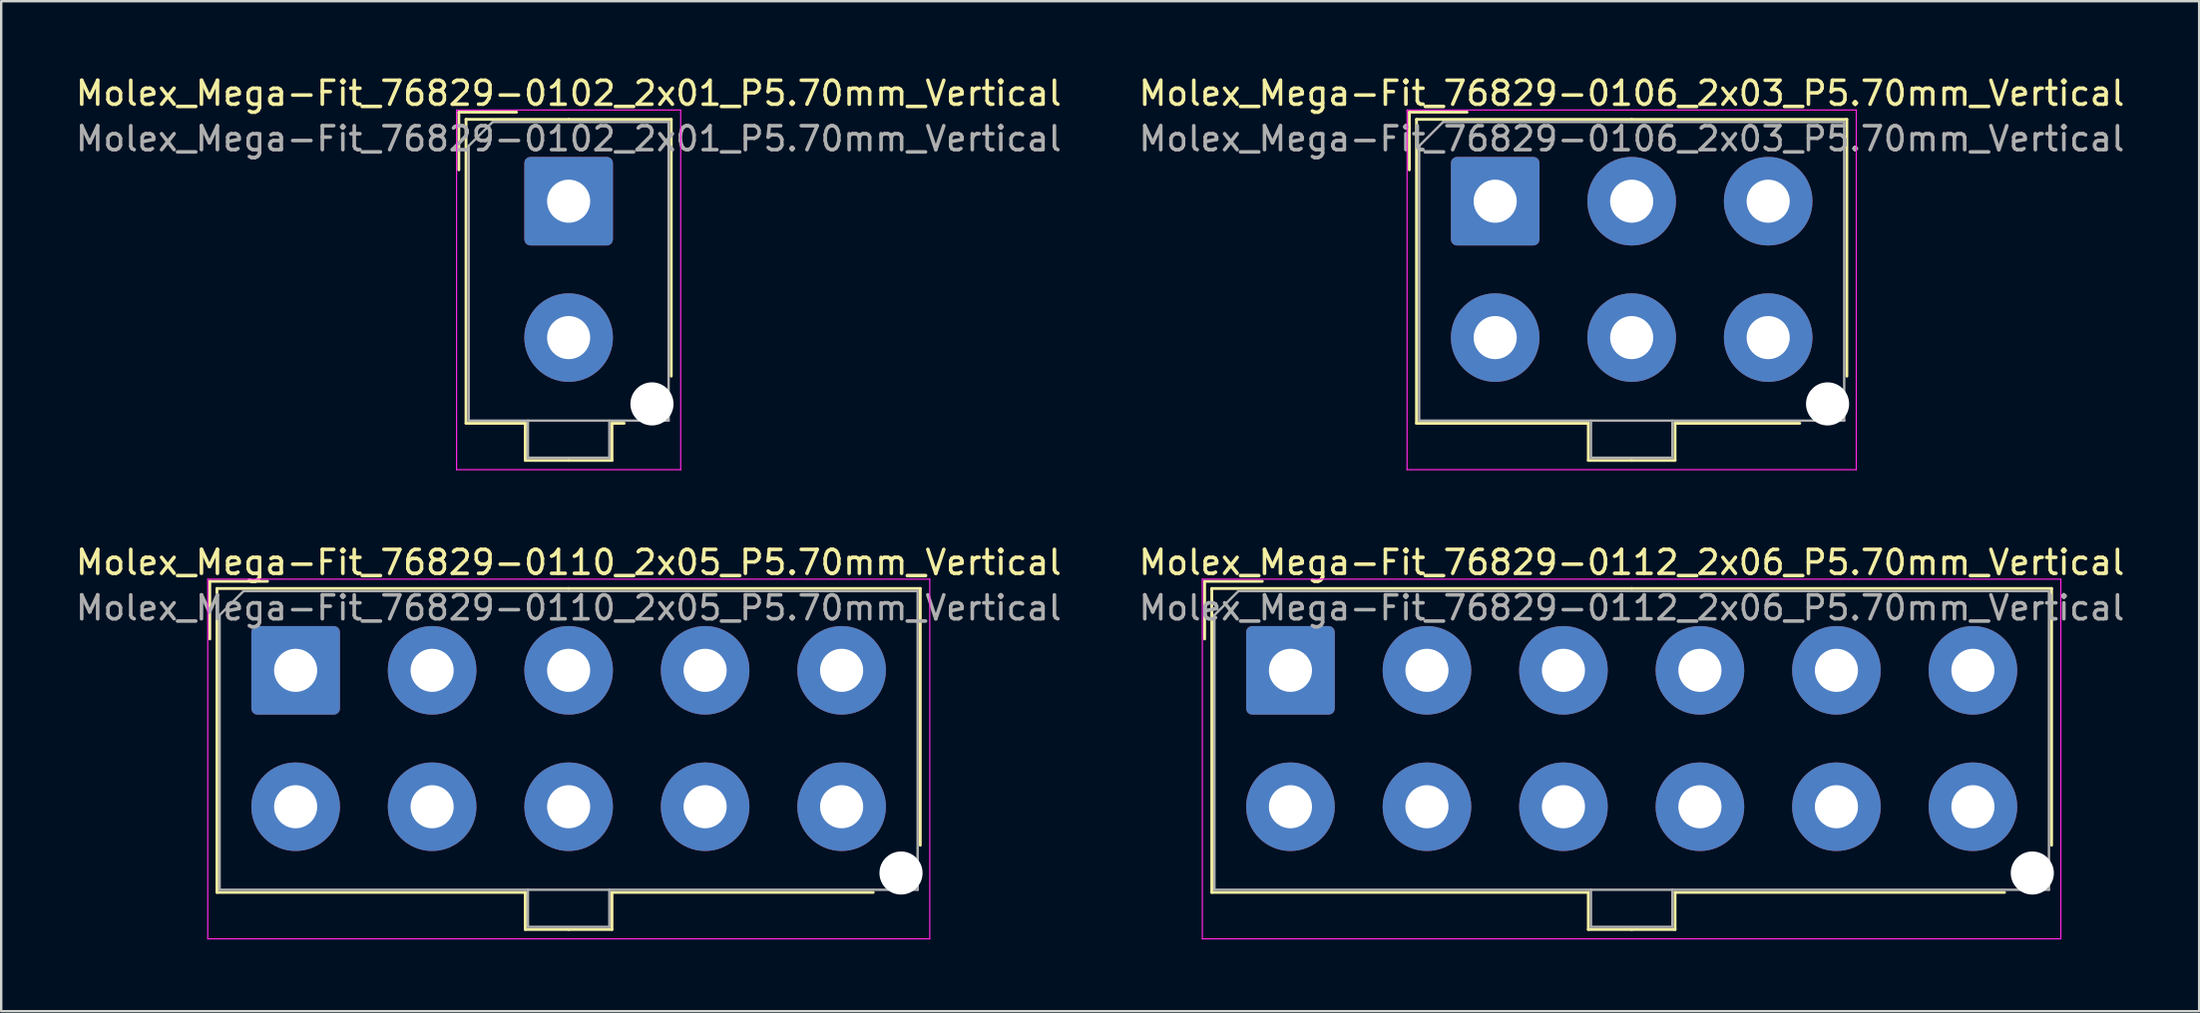
<source format=kicad_pcb>
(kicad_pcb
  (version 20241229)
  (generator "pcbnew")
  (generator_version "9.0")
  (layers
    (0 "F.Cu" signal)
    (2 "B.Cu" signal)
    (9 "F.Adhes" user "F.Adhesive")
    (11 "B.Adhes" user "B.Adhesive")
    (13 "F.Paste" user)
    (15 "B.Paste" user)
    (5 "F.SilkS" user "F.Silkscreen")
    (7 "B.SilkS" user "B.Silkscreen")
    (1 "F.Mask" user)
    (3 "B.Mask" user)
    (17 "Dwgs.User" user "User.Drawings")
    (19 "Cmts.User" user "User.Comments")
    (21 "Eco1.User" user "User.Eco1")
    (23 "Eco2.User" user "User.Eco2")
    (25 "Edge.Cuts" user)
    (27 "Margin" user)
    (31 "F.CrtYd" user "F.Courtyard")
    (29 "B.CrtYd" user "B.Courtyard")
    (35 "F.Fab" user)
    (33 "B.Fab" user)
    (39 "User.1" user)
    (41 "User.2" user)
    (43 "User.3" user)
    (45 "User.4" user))
  (footprint "Molex_Mega-Fit_76829-0112_2x06_P5.70mm_Vertical"
    (layer "F.Cu")
    (at 50.839 24.962)
    (property "Reference" "Molex_Mega-Fit_76829-0112_2x06_P5.70mm_Vertical" (at 14.25 -4.51 0) (layer "F.SilkS") (effects (font (size 1 1) (thickness 0.15))))
    (attr through_hole)
    (fp_line (start -3.585 -3.72) (end -1.175 -3.72) (stroke (width 0.12) (type solid)) (layer "F.SilkS"))
    (fp_line (start -3.585 -1.31) (end -3.585 -3.72) (stroke (width 0.12) (type solid)) (layer "F.SilkS"))
    (fp_line (start -3.285 -3.42) (end -3.285 9.28) (stroke (width 0.12) (type solid)) (layer "F.SilkS"))
    (fp_line (start -3.285 9.28) (end 12.44 9.28) (stroke (width 0.12) (type solid)) (layer "F.SilkS"))
    (fp_line (start 12.44 9.28) (end 12.44 10.83) (stroke (width 0.12) (type solid)) (layer "F.SilkS"))
    (fp_line (start 12.44 10.83) (end 14.25 10.83) (stroke (width 0.12) (type solid)) (layer "F.SilkS"))
    (fp_line (start 14.25 -3.42) (end -3.285 -3.42) (stroke (width 0.12) (type solid)) (layer "F.SilkS"))
    (fp_line (start 14.25 -3.42) (end 31.785 -3.42) (stroke (width 0.12) (type solid)) (layer "F.SilkS"))
    (fp_line (start 16.06 9.28) (end 16.06 10.83) (stroke (width 0.12) (type solid)) (layer "F.SilkS"))
    (fp_line (start 16.06 10.83) (end 14.25 10.83) (stroke (width 0.12) (type solid)) (layer "F.SilkS"))
    (fp_line (start 29.82 9.28) (end 16.06 9.28) (stroke (width 0.12) (type solid)) (layer "F.SilkS"))
    (fp_line (start 31.785 -3.42) (end 31.785 7.31) (stroke (width 0.12) (type solid)) (layer "F.SilkS"))
    (fp_line (start -3.68 -3.81) (end -3.68 11.22) (stroke (width 0.05) (type solid)) (layer "F.CrtYd"))
    (fp_line (start -3.68 11.22) (end 32.17 11.22) (stroke (width 0.05) (type solid)) (layer "F.CrtYd"))
    (fp_line (start 32.17 -3.81) (end -3.68 -3.81) (stroke (width 0.05) (type solid)) (layer "F.CrtYd"))
    (fp_line (start 32.17 11.22) (end 32.17 -3.81) (stroke (width 0.05) (type solid)) (layer "F.CrtYd"))
    (fp_line (start -3.175 -2.31) (end -3.175 9.17) (stroke (width 0.1) (type solid)) (layer "F.Fab"))
    (fp_line (start -3.175 9.17) (end 31.675 9.17) (stroke (width 0.1) (type solid)) (layer "F.Fab"))
    (fp_line (start -2.175 -3.31) (end -3.175 -2.31) (stroke (width 0.1) (type solid)) (layer "F.Fab"))
    (fp_line (start 12.55 9.17) (end 12.55 10.72) (stroke (width 0.1) (type solid)) (layer "F.Fab"))
    (fp_line (start 12.55 10.72) (end 15.95 10.72) (stroke (width 0.1) (type solid)) (layer "F.Fab"))
    (fp_line (start 15.95 10.72) (end 15.95 9.17) (stroke (width 0.1) (type solid)) (layer "F.Fab"))
    (fp_line (start 31.675 -3.31) (end -2.175 -3.31) (stroke (width 0.1) (type solid)) (layer "F.Fab"))
    (fp_line (start 31.675 9.17) (end 31.675 -3.31) (stroke (width 0.1) (type solid)) (layer "F.Fab"))
    (fp_text user "${REFERENCE}" (at 14.25 -2.61 0) (layer "F.Fab") (effects (font (size 1 1) (thickness 0.15))))
    (pad "" np_thru_hole circle (at 30.98 8.47) (size 1.8 1.8) (drill 1.8) (layers "*.Cu" "*.Mask"))
    (pad "1" thru_hole roundrect (at 0 0) (size 3.7 3.7) (drill 1.8) (layers "*.Cu" "*.Mask") (roundrect_rratio 0.068))
    (pad "2" thru_hole circle (at 5.7 0) (size 3.7 3.7) (drill 1.8) (layers "*.Cu" "*.Mask"))
    (pad "3" thru_hole circle (at 11.4 0) (size 3.7 3.7) (drill 1.8) (layers "*.Cu" "*.Mask"))
    (pad "4" thru_hole circle (at 17.1 0) (size 3.7 3.7) (drill 1.8) (layers "*.Cu" "*.Mask"))
    (pad "5" thru_hole circle (at 22.8 0) (size 3.7 3.7) (drill 1.8) (layers "*.Cu" "*.Mask"))
    (pad "6" thru_hole circle (at 28.5 0) (size 3.7 3.7) (drill 1.8) (layers "*.Cu" "*.Mask"))
    (pad "7" thru_hole circle (at 0 5.7) (size 3.7 3.7) (drill 1.8) (layers "*.Cu" "*.Mask"))
    (pad "8" thru_hole circle (at 5.7 5.7) (size 3.7 3.7) (drill 1.8) (layers "*.Cu" "*.Mask"))
    (pad "9" thru_hole circle (at 11.4 5.7) (size 3.7 3.7) (drill 1.8) (layers "*.Cu" "*.Mask"))
    (pad "10" thru_hole circle (at 17.1 5.7) (size 3.7 3.7) (drill 1.8) (layers "*.Cu" "*.Mask"))
    (pad "11" thru_hole circle (at 22.8 5.7) (size 3.7 3.7) (drill 1.8) (layers "*.Cu" "*.Mask"))
    (pad "12" thru_hole circle (at 28.5 5.7) (size 3.7 3.7) (drill 1.8) (layers "*.Cu" "*.Mask")))
  (footprint "Molex_Mega-Fit_76829-0110_2x05_P5.70mm_Vertical"
    (layer "F.Cu")
    (at 9.296 24.962)
    (property "Reference" "Molex_Mega-Fit_76829-0110_2x05_P5.70mm_Vertical" (at 11.4 -4.51 0) (layer "F.SilkS") (effects (font (size 1 1) (thickness 0.15))))
    (attr through_hole)
    (fp_line (start -3.585 -3.72) (end -1.175 -3.72) (stroke (width 0.12) (type solid)) (layer "F.SilkS"))
    (fp_line (start -3.585 -1.31) (end -3.585 -3.72) (stroke (width 0.12) (type solid)) (layer "F.SilkS"))
    (fp_line (start -3.285 -3.42) (end -3.285 9.28) (stroke (width 0.12) (type solid)) (layer "F.SilkS"))
    (fp_line (start -3.285 9.28) (end 9.59 9.28) (stroke (width 0.12) (type solid)) (layer "F.SilkS"))
    (fp_line (start 9.59 9.28) (end 9.59 10.83) (stroke (width 0.12) (type solid)) (layer "F.SilkS"))
    (fp_line (start 9.59 10.83) (end 11.4 10.83) (stroke (width 0.12) (type solid)) (layer "F.SilkS"))
    (fp_line (start 11.4 -3.42) (end -3.285 -3.42) (stroke (width 0.12) (type solid)) (layer "F.SilkS"))
    (fp_line (start 11.4 -3.42) (end 26.085 -3.42) (stroke (width 0.12) (type solid)) (layer "F.SilkS"))
    (fp_line (start 13.21 9.28) (end 13.21 10.83) (stroke (width 0.12) (type solid)) (layer "F.SilkS"))
    (fp_line (start 13.21 10.83) (end 11.4 10.83) (stroke (width 0.12) (type solid)) (layer "F.SilkS"))
    (fp_line (start 24.12 9.28) (end 13.21 9.28) (stroke (width 0.12) (type solid)) (layer "F.SilkS"))
    (fp_line (start 26.085 -3.42) (end 26.085 7.31) (stroke (width 0.12) (type solid)) (layer "F.SilkS"))
    (fp_line (start -3.67 -3.81) (end -3.67 11.22) (stroke (width 0.05) (type solid)) (layer "F.CrtYd"))
    (fp_line (start -3.67 11.22) (end 26.48 11.22) (stroke (width 0.05) (type solid)) (layer "F.CrtYd"))
    (fp_line (start 26.48 -3.81) (end -3.67 -3.81) (stroke (width 0.05) (type solid)) (layer "F.CrtYd"))
    (fp_line (start 26.48 11.22) (end 26.48 -3.81) (stroke (width 0.05) (type solid)) (layer "F.CrtYd"))
    (fp_line (start -3.175 -2.31) (end -3.175 9.17) (stroke (width 0.1) (type solid)) (layer "F.Fab"))
    (fp_line (start -3.175 9.17) (end 25.975 9.17) (stroke (width 0.1) (type solid)) (layer "F.Fab"))
    (fp_line (start -2.175 -3.31) (end -3.175 -2.31) (stroke (width 0.1) (type solid)) (layer "F.Fab"))
    (fp_line (start 9.7 9.17) (end 9.7 10.72) (stroke (width 0.1) (type solid)) (layer "F.Fab"))
    (fp_line (start 9.7 10.72) (end 13.1 10.72) (stroke (width 0.1) (type solid)) (layer "F.Fab"))
    (fp_line (start 13.1 10.72) (end 13.1 9.17) (stroke (width 0.1) (type solid)) (layer "F.Fab"))
    (fp_line (start 25.975 -3.31) (end -2.175 -3.31) (stroke (width 0.1) (type solid)) (layer "F.Fab"))
    (fp_line (start 25.975 9.17) (end 25.975 -3.31) (stroke (width 0.1) (type solid)) (layer "F.Fab"))
    (fp_text user "${REFERENCE}" (at 11.4 -2.61 0) (layer "F.Fab") (effects (font (size 1 1) (thickness 0.15))))
    (pad "" np_thru_hole circle (at 25.28 8.47) (size 1.8 1.8) (drill 1.8) (layers "*.Cu" "*.Mask"))
    (pad "1" thru_hole roundrect (at 0 0) (size 3.7 3.7) (drill 1.8) (layers "*.Cu" "*.Mask") (roundrect_rratio 0.068))
    (pad "2" thru_hole circle (at 5.7 0) (size 3.7 3.7) (drill 1.8) (layers "*.Cu" "*.Mask"))
    (pad "3" thru_hole circle (at 11.4 0) (size 3.7 3.7) (drill 1.8) (layers "*.Cu" "*.Mask"))
    (pad "4" thru_hole circle (at 17.1 0) (size 3.7 3.7) (drill 1.8) (layers "*.Cu" "*.Mask"))
    (pad "5" thru_hole circle (at 22.8 0) (size 3.7 3.7) (drill 1.8) (layers "*.Cu" "*.Mask"))
    (pad "6" thru_hole circle (at 0 5.7) (size 3.7 3.7) (drill 1.8) (layers "*.Cu" "*.Mask"))
    (pad "7" thru_hole circle (at 5.7 5.7) (size 3.7 3.7) (drill 1.8) (layers "*.Cu" "*.Mask"))
    (pad "8" thru_hole circle (at 11.4 5.7) (size 3.7 3.7) (drill 1.8) (layers "*.Cu" "*.Mask"))
    (pad "9" thru_hole circle (at 17.1 5.7) (size 3.7 3.7) (drill 1.8) (layers "*.Cu" "*.Mask"))
    (pad "10" thru_hole circle (at 22.8 5.7) (size 3.7 3.7) (drill 1.8) (layers "*.Cu" "*.Mask")))
  (footprint "Molex_Mega-Fit_76829-0106_2x03_P5.70mm_Vertical"
    (layer "F.Cu")
    (at 59.389 5.358)
    (property "Reference" "Molex_Mega-Fit_76829-0106_2x03_P5.70mm_Vertical" (at 5.7 -4.51 0) (layer "F.SilkS") (effects (font (size 1 1) (thickness 0.15))))
    (attr through_hole)
    (fp_line (start -3.585 -3.72) (end -1.175 -3.72) (stroke (width 0.12) (type solid)) (layer "F.SilkS"))
    (fp_line (start -3.585 -1.31) (end -3.585 -3.72) (stroke (width 0.12) (type solid)) (layer "F.SilkS"))
    (fp_line (start -3.285 -3.42) (end -3.285 9.28) (stroke (width 0.12) (type solid)) (layer "F.SilkS"))
    (fp_line (start -3.285 9.28) (end 3.89 9.28) (stroke (width 0.12) (type solid)) (layer "F.SilkS"))
    (fp_line (start 3.89 9.28) (end 3.89 10.83) (stroke (width 0.12) (type solid)) (layer "F.SilkS"))
    (fp_line (start 3.89 10.83) (end 5.7 10.83) (stroke (width 0.12) (type solid)) (layer "F.SilkS"))
    (fp_line (start 5.7 -3.42) (end -3.285 -3.42) (stroke (width 0.12) (type solid)) (layer "F.SilkS"))
    (fp_line (start 5.7 -3.42) (end 14.685 -3.42) (stroke (width 0.12) (type solid)) (layer "F.SilkS"))
    (fp_line (start 7.51 9.28) (end 7.51 10.83) (stroke (width 0.12) (type solid)) (layer "F.SilkS"))
    (fp_line (start 7.51 10.83) (end 5.7 10.83) (stroke (width 0.12) (type solid)) (layer "F.SilkS"))
    (fp_line (start 12.72 9.28) (end 7.51 9.28) (stroke (width 0.12) (type solid)) (layer "F.SilkS"))
    (fp_line (start 14.685 -3.42) (end 14.685 7.31) (stroke (width 0.12) (type solid)) (layer "F.SilkS"))
    (fp_line (start -3.68 -3.81) (end -3.68 11.22) (stroke (width 0.05) (type solid)) (layer "F.CrtYd"))
    (fp_line (start -3.68 11.22) (end 15.08 11.22) (stroke (width 0.05) (type solid)) (layer "F.CrtYd"))
    (fp_line (start 15.08 -3.81) (end -3.68 -3.81) (stroke (width 0.05) (type solid)) (layer "F.CrtYd"))
    (fp_line (start 15.08 11.22) (end 15.08 -3.81) (stroke (width 0.05) (type solid)) (layer "F.CrtYd"))
    (fp_line (start -3.175 -2.31) (end -3.175 9.17) (stroke (width 0.1) (type solid)) (layer "F.Fab"))
    (fp_line (start -3.175 9.17) (end 14.575 9.17) (stroke (width 0.1) (type solid)) (layer "F.Fab"))
    (fp_line (start -2.175 -3.31) (end -3.175 -2.31) (stroke (width 0.1) (type solid)) (layer "F.Fab"))
    (fp_line (start 4 9.17) (end 4 10.72) (stroke (width 0.1) (type solid)) (layer "F.Fab"))
    (fp_line (start 4 10.72) (end 7.4 10.72) (stroke (width 0.1) (type solid)) (layer "F.Fab"))
    (fp_line (start 7.4 10.72) (end 7.4 9.17) (stroke (width 0.1) (type solid)) (layer "F.Fab"))
    (fp_line (start 14.575 -3.31) (end -2.175 -3.31) (stroke (width 0.1) (type solid)) (layer "F.Fab"))
    (fp_line (start 14.575 9.17) (end 14.575 -3.31) (stroke (width 0.1) (type solid)) (layer "F.Fab"))
    (fp_text user "${REFERENCE}" (at 5.7 -2.61 0) (layer "F.Fab") (effects (font (size 1 1) (thickness 0.15))))
    (pad "" np_thru_hole circle (at 13.88 8.47) (size 1.8 1.8) (drill 1.8) (layers "*.Cu" "*.Mask"))
    (pad "1" thru_hole roundrect (at 0 0) (size 3.7 3.7) (drill 1.8) (layers "*.Cu" "*.Mask") (roundrect_rratio 0.068))
    (pad "2" thru_hole circle (at 5.7 0) (size 3.7 3.7) (drill 1.8) (layers "*.Cu" "*.Mask"))
    (pad "3" thru_hole circle (at 11.4 0) (size 3.7 3.7) (drill 1.8) (layers "*.Cu" "*.Mask"))
    (pad "4" thru_hole circle (at 0 5.7) (size 3.7 3.7) (drill 1.8) (layers "*.Cu" "*.Mask"))
    (pad "5" thru_hole circle (at 5.7 5.7) (size 3.7 3.7) (drill 1.8) (layers "*.Cu" "*.Mask"))
    (pad "6" thru_hole circle (at 11.4 5.7) (size 3.7 3.7) (drill 1.8) (layers "*.Cu" "*.Mask")))
  (footprint "Molex_Mega-Fit_76829-0102_2x01_P5.70mm_Vertical"
    (layer "F.Cu")
    (at 20.696 5.358)
    (property "Reference" "Molex_Mega-Fit_76829-0102_2x01_P5.70mm_Vertical" (at 0 -4.51 0) (layer "F.SilkS") (effects (font (size 1 1) (thickness 0.15))))
    (attr through_hole)
    (fp_line (start -4.585 -3.72) (end -2.175 -3.72) (stroke (width 0.12) (type solid)) (layer "F.SilkS"))
    (fp_line (start -4.585 -1.31) (end -4.585 -3.72) (stroke (width 0.12) (type solid)) (layer "F.SilkS"))
    (fp_line (start -4.285 -3.42) (end -4.285 9.28) (stroke (width 0.12) (type solid)) (layer "F.SilkS"))
    (fp_line (start -4.285 9.28) (end -1.81 9.28) (stroke (width 0.12) (type solid)) (layer "F.SilkS"))
    (fp_line (start -1.81 9.28) (end -1.81 10.83) (stroke (width 0.12) (type solid)) (layer "F.SilkS"))
    (fp_line (start -1.81 10.83) (end 0 10.83) (stroke (width 0.12) (type solid)) (layer "F.SilkS"))
    (fp_line (start 0 -3.42) (end -4.285 -3.42) (stroke (width 0.12) (type solid)) (layer "F.SilkS"))
    (fp_line (start 0 -3.42) (end 4.285 -3.42) (stroke (width 0.12) (type solid)) (layer "F.SilkS"))
    (fp_line (start 1.81 9.28) (end 1.81 10.83) (stroke (width 0.12) (type solid)) (layer "F.SilkS"))
    (fp_line (start 1.81 10.83) (end 0 10.83) (stroke (width 0.12) (type solid)) (layer "F.SilkS"))
    (fp_line (start 2.32 9.28) (end 1.81 9.28) (stroke (width 0.12) (type solid)) (layer "F.SilkS"))
    (fp_line (start 4.285 -3.42) (end 4.285 7.31) (stroke (width 0.12) (type solid)) (layer "F.SilkS"))
    (fp_line (start -4.68 -3.81) (end -4.68 11.22) (stroke (width 0.05) (type solid)) (layer "F.CrtYd"))
    (fp_line (start -4.68 11.22) (end 4.68 11.22) (stroke (width 0.05) (type solid)) (layer "F.CrtYd"))
    (fp_line (start 4.68 -3.81) (end -4.68 -3.81) (stroke (width 0.05) (type solid)) (layer "F.CrtYd"))
    (fp_line (start 4.68 11.22) (end 4.68 -3.81) (stroke (width 0.05) (type solid)) (layer "F.CrtYd"))
    (fp_line (start -4.175 -2.31) (end -4.175 9.17) (stroke (width 0.1) (type solid)) (layer "F.Fab"))
    (fp_line (start -4.175 9.17) (end 4.175 9.17) (stroke (width 0.1) (type solid)) (layer "F.Fab"))
    (fp_line (start -3.175 -3.31) (end -4.175 -2.31) (stroke (width 0.1) (type solid)) (layer "F.Fab"))
    (fp_line (start -1.7 9.17) (end -1.7 10.72) (stroke (width 0.1) (type solid)) (layer "F.Fab"))
    (fp_line (start -1.7 10.72) (end 1.7 10.72) (stroke (width 0.1) (type solid)) (layer "F.Fab"))
    (fp_line (start 1.7 10.72) (end 1.7 9.17) (stroke (width 0.1) (type solid)) (layer "F.Fab"))
    (fp_line (start 4.175 -3.31) (end -3.175 -3.31) (stroke (width 0.1) (type solid)) (layer "F.Fab"))
    (fp_line (start 4.175 9.17) (end 4.175 -3.31) (stroke (width 0.1) (type solid)) (layer "F.Fab"))
    (fp_text user "${REFERENCE}" (at 0 -2.61 0) (layer "F.Fab") (effects (font (size 1 1) (thickness 0.15))))
    (pad "" np_thru_hole circle (at 3.48 8.47) (size 1.8 1.8) (drill 1.8) (layers "*.Cu" "*.Mask"))
    (pad "1" thru_hole roundrect (at 0 0) (size 3.7 3.7) (drill 1.8) (layers "*.Cu" "*.Mask") (roundrect_rratio 0.068))
    (pad "2" thru_hole circle (at 0 5.7) (size 3.7 3.7) (drill 1.8) (layers "*.Cu" "*.Mask")))
  (gr_rect
    (start -3 -3)
    (end 88.786 39.206)
    (stroke (width 0.1) (type default))
    (fill no)
    (layer "Edge.Cuts")))
</source>
